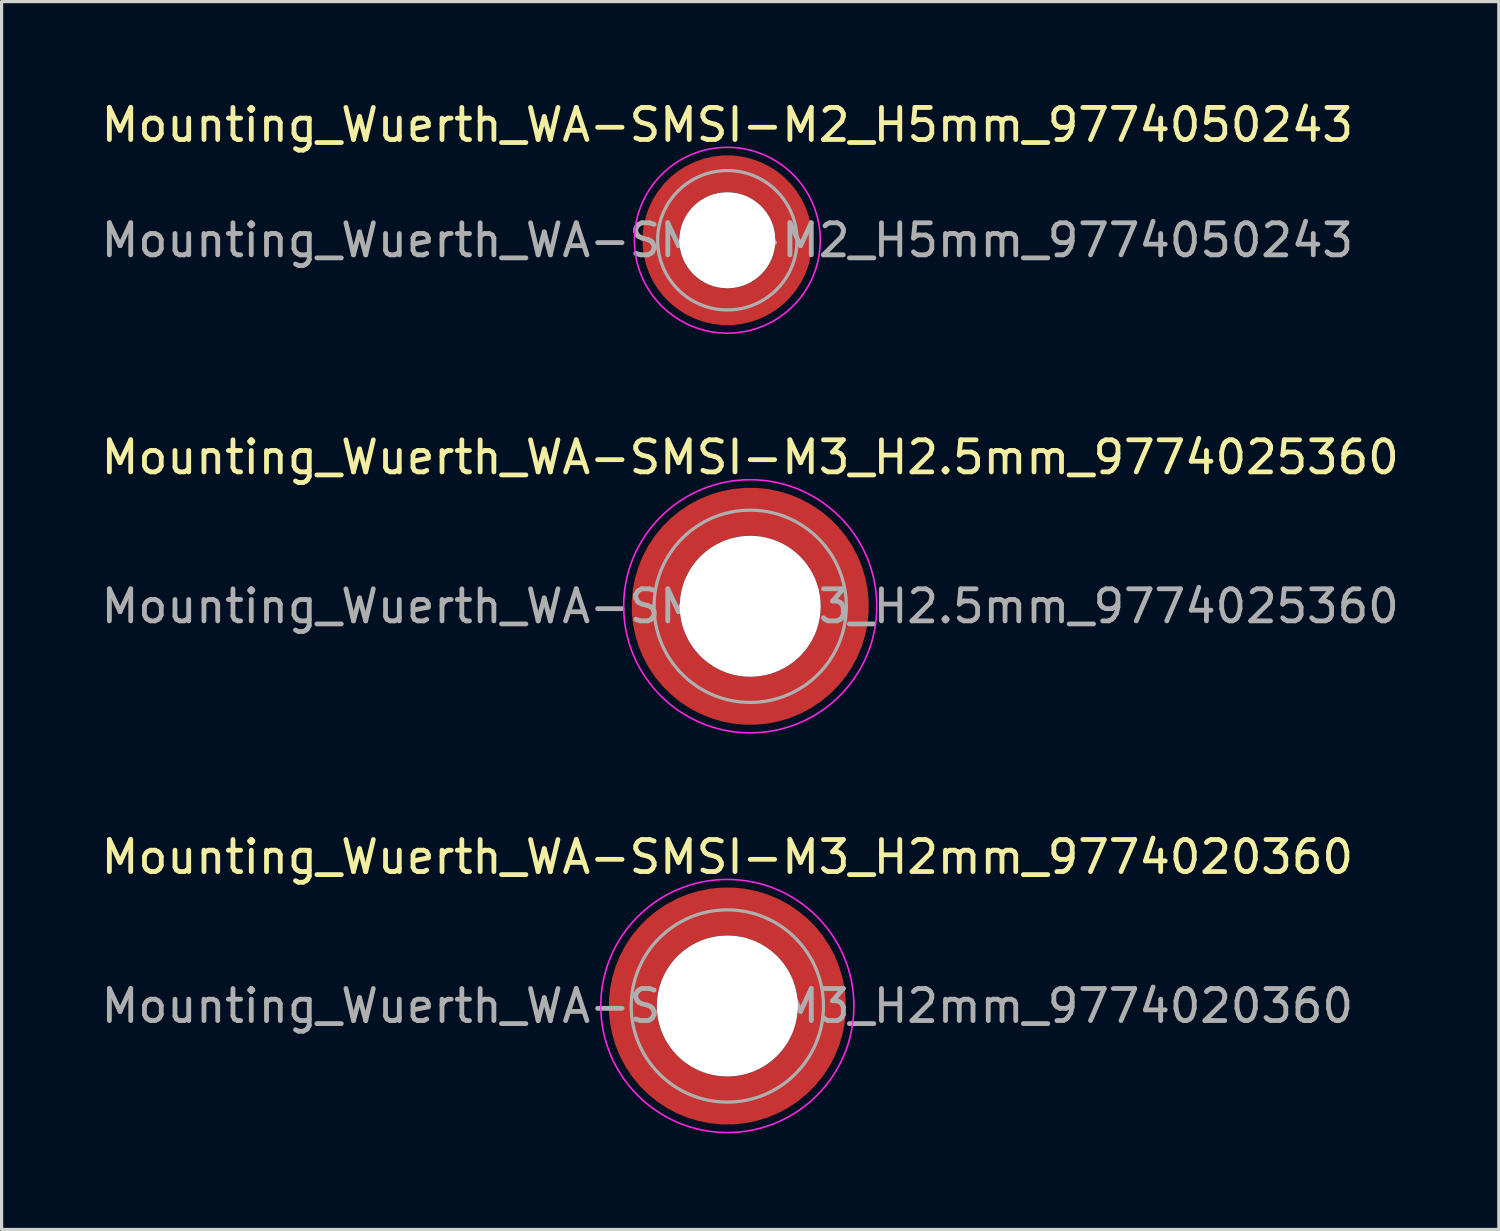
<source format=kicad_pcb>
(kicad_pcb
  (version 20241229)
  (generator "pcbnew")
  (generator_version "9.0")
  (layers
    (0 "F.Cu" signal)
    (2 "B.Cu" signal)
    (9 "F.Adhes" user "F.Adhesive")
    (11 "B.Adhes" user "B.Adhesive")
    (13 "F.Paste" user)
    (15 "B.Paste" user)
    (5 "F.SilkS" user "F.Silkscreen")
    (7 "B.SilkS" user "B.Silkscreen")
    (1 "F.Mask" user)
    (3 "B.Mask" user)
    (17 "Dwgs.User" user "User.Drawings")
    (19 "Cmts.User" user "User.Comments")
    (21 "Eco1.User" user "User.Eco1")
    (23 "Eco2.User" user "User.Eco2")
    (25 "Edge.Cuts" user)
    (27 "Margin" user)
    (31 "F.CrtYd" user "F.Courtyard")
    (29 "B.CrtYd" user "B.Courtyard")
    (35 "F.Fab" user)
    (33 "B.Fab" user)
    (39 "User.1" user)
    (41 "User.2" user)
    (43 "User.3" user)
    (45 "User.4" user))
  (footprint "Mounting_Wuerth_WA-SMSI-M3_H2.5mm_9774025360"
    (layer "F.Cu")
    (at 20.363 15.871)
    (property "Reference" "Mounting_Wuerth_WA-SMSI-M3_H2.5mm_9774025360" (at 0 -4.65 0) (layer "F.SilkS") (effects (font (size 1 1) (thickness 0.15))))
    (attr smd)
    (fp_circle (center 0 0) (end 3.95 0) (stroke (width 0.05) (type solid)) (fill no) (layer "F.CrtYd"))
    (fp_circle (center 0 0) (end 3 0) (stroke (width 0.1) (type solid)) (fill no) (layer "F.Fab"))
    (fp_text user "${REFERENCE}" (at 0 0 0) (layer "F.Fab") (effects (font (size 1 1) (thickness 0.15))))
    (pad "" smd custom (at -2.058 -2.058) (size 0.7 0.7) (layers "F.Paste") (options (anchor circle)) (primitives (gr_arc (start -0.377294 1.707681) (mid 0.317579 0.318817) (end 1.705947 -0.377044) (width 0.2)) (gr_arc (start -0.478281 1.707681) (mid 0.246161 0.248814) (end 1.703965 -0.477765) (width 0.2)) (gr_arc (start -0.579192 1.707681) (mid 0.175492 0.178063) (end 1.704077 -0.578711) (width 0.2)) (gr_arc (start -0.680037 1.707681) (mid 0.105568 0.106564) (end 1.706284 -0.679858) (width 0.2)) (gr_arc (start -0.780822 1.707681) (mid 0.034627 0.036085) (end 1.705634 -0.780569) (width 0.2)) (gr_arc (start -0.881554 1.707681) (mid -0.035694 -0.035016) (end 1.706729 -0.881441) (width 0.2)) (gr_arc (start -0.982237 1.707681) (mid -0.107281 -0.10485) (end 1.704266 -0.981842) (width 0.2)) (gr_arc (start -1.082877 1.707681) (mid -0.178372 -0.175181) (end 1.703197 -1.082374) (width 0.2)) (gr_arc (start -1.183476 1.707681) (mid -0.248964 -0.246008) (end 1.703525 -1.183025) (width 0.2)) (gr_arc (start -1.28404 1.707681) (mid -0.319062 -0.317333) (end 1.70525 -1.283784) (width 0.2)) (gr_line (start 1.708 -0.377) (end 1.708 -1.284) (width 0.2)) (gr_line (start -0.377 1.708) (end -1.284 1.708) (width 0.2))))
    (pad "" smd custom (at -2.058 2.058) (size 0.7 0.7) (layers "F.Paste") (options (anchor circle)) (primitives (gr_arc (start 1.707681 0.377294) (mid 0.318817 -0.317579) (end -0.377044 -1.705947) (width 0.2)) (gr_arc (start 1.707681 0.478281) (mid 0.248814 -0.246161) (end -0.477765 -1.703965) (width 0.2)) (gr_arc (start 1.707681 0.579192) (mid 0.178063 -0.175492) (end -0.578711 -1.704077) (width 0.2)) (gr_arc (start 1.707681 0.680037) (mid 0.106564 -0.105568) (end -0.679858 -1.706284) (width 0.2)) (gr_arc (start 1.707681 0.780822) (mid 0.036085 -0.034627) (end -0.780569 -1.705634) (width 0.2)) (gr_arc (start 1.707681 0.881554) (mid -0.035016 0.035694) (end -0.881441 -1.706729) (width 0.2)) (gr_arc (start 1.707681 0.982237) (mid -0.10485 0.107281) (end -0.981842 -1.704266) (width 0.2)) (gr_arc (start 1.707681 1.082877) (mid -0.175181 0.178372) (end -1.082374 -1.703197) (width 0.2)) (gr_arc (start 1.707681 1.183476) (mid -0.246008 0.248964) (end -1.183025 -1.703525) (width 0.2)) (gr_arc (start 1.707681 1.28404) (mid -0.317333 0.319062) (end -1.283784 -1.70525) (width 0.2)) (gr_line (start -0.377 -1.708) (end -1.284 -1.708) (width 0.2)) (gr_line (start 1.708 0.377) (end 1.708 1.284) (width 0.2))))
    (pad "" np_thru_hole circle (at 0 0) (size 4.4 4.4) (drill 4.4) (layers "*.Cu" "*.Mask"))
    (pad "" smd custom (at 2.058 -2.058) (size 0.7 0.7) (layers "F.Paste") (options (anchor circle)) (primitives (gr_arc (start -1.707681 -0.377294) (mid -0.318817 0.317579) (end 0.377044 1.705947) (width 0.2)) (gr_arc (start -1.707681 -0.478281) (mid -0.248814 0.246161) (end 0.477765 1.703965) (width 0.2)) (gr_arc (start -1.707681 -0.579192) (mid -0.178063 0.175492) (end 0.578711 1.704077) (width 0.2)) (gr_arc (start -1.707681 -0.680037) (mid -0.106564 0.105568) (end 0.679858 1.706284) (width 0.2)) (gr_arc (start -1.707681 -0.780822) (mid -0.036085 0.034627) (end 0.780569 1.705634) (width 0.2)) (gr_arc (start -1.707681 -0.881554) (mid 0.035016 -0.035694) (end 0.881441 1.706729) (width 0.2)) (gr_arc (start -1.707681 -0.982237) (mid 0.10485 -0.107281) (end 0.981842 1.704266) (width 0.2)) (gr_arc (start -1.707681 -1.082877) (mid 0.175181 -0.178372) (end 1.082374 1.703197) (width 0.2)) (gr_arc (start -1.707681 -1.183476) (mid 0.246008 -0.248964) (end 1.183025 1.703525) (width 0.2)) (gr_arc (start -1.707681 -1.28404) (mid 0.317333 -0.319062) (end 1.283784 1.70525) (width 0.2)) (gr_line (start 0.377 1.708) (end 1.284 1.708) (width 0.2)) (gr_line (start -1.708 -0.377) (end -1.708 -1.284) (width 0.2))))
    (pad "" smd custom (at 2.058 2.058) (size 0.7 0.7) (layers "F.Paste") (options (anchor circle)) (primitives (gr_arc (start 0.377294 -1.707681) (mid -0.317579 -0.318817) (end -1.705947 0.377044) (width 0.2)) (gr_arc (start 0.478281 -1.707681) (mid -0.246161 -0.248814) (end -1.703965 0.477765) (width 0.2)) (gr_arc (start 0.579192 -1.707681) (mid -0.175492 -0.178063) (end -1.704077 0.578711) (width 0.2)) (gr_arc (start 0.680037 -1.707681) (mid -0.105568 -0.106564) (end -1.706284 0.679858) (width 0.2)) (gr_arc (start 0.780822 -1.707681) (mid -0.034627 -0.036085) (end -1.705634 0.780569) (width 0.2)) (gr_arc (start 0.881554 -1.707681) (mid 0.035694 0.035016) (end -1.706729 0.881441) (width 0.2)) (gr_arc (start 0.982237 -1.707681) (mid 0.107281 0.10485) (end -1.704266 0.981842) (width 0.2)) (gr_arc (start 1.082877 -1.707681) (mid 0.178372 0.175181) (end -1.703197 1.082374) (width 0.2)) (gr_arc (start 1.183476 -1.707681) (mid 0.248964 0.246008) (end -1.703525 1.183025) (width 0.2)) (gr_arc (start 1.28404 -1.707681) (mid 0.319062 0.317333) (end -1.70525 1.283784) (width 0.2)) (gr_line (start -1.708 0.377) (end -1.708 1.284) (width 0.2)) (gr_line (start 0.377 -1.708) (end 1.284 -1.708) (width 0.2))))
    (pad "1" smd circle (at -2.95 0) (size 1.1 1.1) (layers "F.Cu"))
    (pad "1" smd circle (at 0 -2.95) (size 1.1 1.1) (layers "F.Cu"))
    (pad "1" smd circle (at 0 2.95) (size 1.1 1.1) (layers "F.Cu"))
    (pad "1" smd custom (at 2.95 0) (size 1.1 1.1) (layers "F.Cu" "F.Mask") (options (anchor circle)) (primitives (gr_circle (center -2.95 0) (end 0 0) (width 1.5) (fill no)))))
  (footprint "Mounting_Wuerth_WA-SMSI-M3_H2mm_9774020360"
    (layer "F.Cu")
    (at 19.649 28.345)
    (property "Reference" "Mounting_Wuerth_WA-SMSI-M3_H2mm_9774020360" (at 0 -4.65 0) (layer "F.SilkS") (effects (font (size 1 1) (thickness 0.15))))
    (attr smd)
    (fp_circle (center 0 0) (end 3.95 0) (stroke (width 0.05) (type solid)) (fill no) (layer "F.CrtYd"))
    (fp_circle (center 0 0) (end 3 0) (stroke (width 0.1) (type solid)) (fill no) (layer "F.Fab"))
    (fp_text user "${REFERENCE}" (at 0 0 0) (layer "F.Fab") (effects (font (size 1 1) (thickness 0.15))))
    (pad "" smd custom (at -2.058 -2.058) (size 0.7 0.7) (layers "F.Paste") (options (anchor circle)) (primitives (gr_arc (start -0.377294 1.707681) (mid 0.317579 0.318817) (end 1.705947 -0.377044) (width 0.2)) (gr_arc (start -0.478281 1.707681) (mid 0.246161 0.248814) (end 1.703965 -0.477765) (width 0.2)) (gr_arc (start -0.579192 1.707681) (mid 0.175492 0.178063) (end 1.704077 -0.578711) (width 0.2)) (gr_arc (start -0.680037 1.707681) (mid 0.105568 0.106564) (end 1.706284 -0.679858) (width 0.2)) (gr_arc (start -0.780822 1.707681) (mid 0.034627 0.036085) (end 1.705634 -0.780569) (width 0.2)) (gr_arc (start -0.881554 1.707681) (mid -0.035694 -0.035016) (end 1.706729 -0.881441) (width 0.2)) (gr_arc (start -0.982237 1.707681) (mid -0.107281 -0.10485) (end 1.704266 -0.981842) (width 0.2)) (gr_arc (start -1.082877 1.707681) (mid -0.178372 -0.175181) (end 1.703197 -1.082374) (width 0.2)) (gr_arc (start -1.183476 1.707681) (mid -0.248964 -0.246008) (end 1.703525 -1.183025) (width 0.2)) (gr_arc (start -1.28404 1.707681) (mid -0.319062 -0.317333) (end 1.70525 -1.283784) (width 0.2)) (gr_line (start 1.708 -0.377) (end 1.708 -1.284) (width 0.2)) (gr_line (start -0.377 1.708) (end -1.284 1.708) (width 0.2))))
    (pad "" smd custom (at -2.058 2.058) (size 0.7 0.7) (layers "F.Paste") (options (anchor circle)) (primitives (gr_arc (start 1.707681 0.377294) (mid 0.318817 -0.317579) (end -0.377044 -1.705947) (width 0.2)) (gr_arc (start 1.707681 0.478281) (mid 0.248814 -0.246161) (end -0.477765 -1.703965) (width 0.2)) (gr_arc (start 1.707681 0.579192) (mid 0.178063 -0.175492) (end -0.578711 -1.704077) (width 0.2)) (gr_arc (start 1.707681 0.680037) (mid 0.106564 -0.105568) (end -0.679858 -1.706284) (width 0.2)) (gr_arc (start 1.707681 0.780822) (mid 0.036085 -0.034627) (end -0.780569 -1.705634) (width 0.2)) (gr_arc (start 1.707681 0.881554) (mid -0.035016 0.035694) (end -0.881441 -1.706729) (width 0.2)) (gr_arc (start 1.707681 0.982237) (mid -0.10485 0.107281) (end -0.981842 -1.704266) (width 0.2)) (gr_arc (start 1.707681 1.082877) (mid -0.175181 0.178372) (end -1.082374 -1.703197) (width 0.2)) (gr_arc (start 1.707681 1.183476) (mid -0.246008 0.248964) (end -1.183025 -1.703525) (width 0.2)) (gr_arc (start 1.707681 1.28404) (mid -0.317333 0.319062) (end -1.283784 -1.70525) (width 0.2)) (gr_line (start -0.377 -1.708) (end -1.284 -1.708) (width 0.2)) (gr_line (start 1.708 0.377) (end 1.708 1.284) (width 0.2))))
    (pad "" np_thru_hole circle (at 0 0) (size 4.4 4.4) (drill 4.4) (layers "*.Cu" "*.Mask"))
    (pad "" smd custom (at 2.058 -2.058) (size 0.7 0.7) (layers "F.Paste") (options (anchor circle)) (primitives (gr_arc (start -1.707681 -0.377294) (mid -0.318817 0.317579) (end 0.377044 1.705947) (width 0.2)) (gr_arc (start -1.707681 -0.478281) (mid -0.248814 0.246161) (end 0.477765 1.703965) (width 0.2)) (gr_arc (start -1.707681 -0.579192) (mid -0.178063 0.175492) (end 0.578711 1.704077) (width 0.2)) (gr_arc (start -1.707681 -0.680037) (mid -0.106564 0.105568) (end 0.679858 1.706284) (width 0.2)) (gr_arc (start -1.707681 -0.780822) (mid -0.036085 0.034627) (end 0.780569 1.705634) (width 0.2)) (gr_arc (start -1.707681 -0.881554) (mid 0.035016 -0.035694) (end 0.881441 1.706729) (width 0.2)) (gr_arc (start -1.707681 -0.982237) (mid 0.10485 -0.107281) (end 0.981842 1.704266) (width 0.2)) (gr_arc (start -1.707681 -1.082877) (mid 0.175181 -0.178372) (end 1.082374 1.703197) (width 0.2)) (gr_arc (start -1.707681 -1.183476) (mid 0.246008 -0.248964) (end 1.183025 1.703525) (width 0.2)) (gr_arc (start -1.707681 -1.28404) (mid 0.317333 -0.319062) (end 1.283784 1.70525) (width 0.2)) (gr_line (start 0.377 1.708) (end 1.284 1.708) (width 0.2)) (gr_line (start -1.708 -0.377) (end -1.708 -1.284) (width 0.2))))
    (pad "" smd custom (at 2.058 2.058) (size 0.7 0.7) (layers "F.Paste") (options (anchor circle)) (primitives (gr_arc (start 0.377294 -1.707681) (mid -0.317579 -0.318817) (end -1.705947 0.377044) (width 0.2)) (gr_arc (start 0.478281 -1.707681) (mid -0.246161 -0.248814) (end -1.703965 0.477765) (width 0.2)) (gr_arc (start 0.579192 -1.707681) (mid -0.175492 -0.178063) (end -1.704077 0.578711) (width 0.2)) (gr_arc (start 0.680037 -1.707681) (mid -0.105568 -0.106564) (end -1.706284 0.679858) (width 0.2)) (gr_arc (start 0.780822 -1.707681) (mid -0.034627 -0.036085) (end -1.705634 0.780569) (width 0.2)) (gr_arc (start 0.881554 -1.707681) (mid 0.035694 0.035016) (end -1.706729 0.881441) (width 0.2)) (gr_arc (start 0.982237 -1.707681) (mid 0.107281 0.10485) (end -1.704266 0.981842) (width 0.2)) (gr_arc (start 1.082877 -1.707681) (mid 0.178372 0.175181) (end -1.703197 1.082374) (width 0.2)) (gr_arc (start 1.183476 -1.707681) (mid 0.248964 0.246008) (end -1.703525 1.183025) (width 0.2)) (gr_arc (start 1.28404 -1.707681) (mid 0.319062 0.317333) (end -1.70525 1.283784) (width 0.2)) (gr_line (start -1.708 0.377) (end -1.708 1.284) (width 0.2)) (gr_line (start 0.377 -1.708) (end 1.284 -1.708) (width 0.2))))
    (pad "1" smd circle (at -2.95 0) (size 1.1 1.1) (layers "F.Cu"))
    (pad "1" smd circle (at 0 -2.95) (size 1.1 1.1) (layers "F.Cu"))
    (pad "1" smd circle (at 0 2.95) (size 1.1 1.1) (layers "F.Cu"))
    (pad "1" smd custom (at 2.95 0) (size 1.1 1.1) (layers "F.Cu" "F.Mask") (options (anchor circle)) (primitives (gr_circle (center -2.95 0) (end 0 0) (width 1.5) (fill no)))))
  (footprint "Mounting_Wuerth_WA-SMSI-M2_H5mm_9774050243"
    (layer "F.Cu")
    (at 19.649 4.448)
    (property "Reference" "Mounting_Wuerth_WA-SMSI-M2_H5mm_9774050243" (at 0 -3.6 0) (layer "F.SilkS") (effects (font (size 1 1) (thickness 0.15))))
    (attr smd)
    (fp_circle (center 0 0) (end 2.9 0) (stroke (width 0.05) (type solid)) (fill no) (layer "F.CrtYd"))
    (fp_circle (center 0 0) (end 2.175 0) (stroke (width 0.1) (type solid)) (fill no) (layer "F.Fab"))
    (fp_text user "${REFERENCE}" (at 0 0 0) (layer "F.Fab") (effects (font (size 1 1) (thickness 0.15))))
    (pad "" smd custom (at -1.453 -1.453) (size 0.61 0.61) (layers "F.Paste") (options (anchor circle)) (primitives (gr_arc (start -0.147677 1.053104) (mid 0.285964 0.286792) (end 1.051968 -0.147393) (width 0.2)) (gr_arc (start -0.240295 1.053104) (mid 0.22253 0.222946) (end 1.052531 -0.24016) (width 0.2)) (gr_arc (start -0.332645 1.053104) (mid 0.158548 0.15965) (end 1.051583 -0.332304) (width 0.2)) (gr_arc (start -0.424767 1.053104) (mid 0.09486 0.096059) (end 1.051446 -0.424413) (width 0.2)) (gr_arc (start -0.516693 1.053104) (mid 0.031293 0.032346) (end 1.051645 -0.516396) (width 0.2)) (gr_arc (start -0.608448 1.053104) (mid -0.032323 -0.031316) (end 1.051707 -0.608176) (width 0.2)) (gr_arc (start -0.700056 1.053104) (mid -0.09616 -0.094758) (end 1.051155 -0.699693) (width 0.2)) (gr_arc (start -0.791534 1.053104) (mid -0.160388 -0.15781) (end 1.049515 -0.790891) (width 0.2)) (gr_arc (start -0.882896 1.053104) (mid -0.223713 -0.221764) (end 1.050388 -0.882429) (width 0.2)) (gr_arc (start -0.974157 1.053104) (mid -0.287654 -0.285101) (end 1.049541 -0.973567) (width 0.2)) (gr_line (start 1.053 -0.148) (end 1.053 -0.974) (width 0.2)) (gr_line (start -0.148 1.053) (end -0.974 1.053) (width 0.2))))
    (pad "" smd custom (at -1.453 1.453) (size 0.61 0.61) (layers "F.Paste") (options (anchor circle)) (primitives (gr_arc (start 1.053104 0.147677) (mid 0.286792 -0.285964) (end -0.147393 -1.051968) (width 0.2)) (gr_arc (start 1.053104 0.240295) (mid 0.222946 -0.22253) (end -0.24016 -1.052531) (width 0.2)) (gr_arc (start 1.053104 0.332645) (mid 0.15965 -0.158548) (end -0.332304 -1.051583) (width 0.2)) (gr_arc (start 1.053104 0.424767) (mid 0.096059 -0.09486) (end -0.424413 -1.051446) (width 0.2)) (gr_arc (start 1.053104 0.516693) (mid 0.032346 -0.031293) (end -0.516396 -1.051645) (width 0.2)) (gr_arc (start 1.053104 0.608448) (mid -0.031316 0.032323) (end -0.608176 -1.051707) (width 0.2)) (gr_arc (start 1.053104 0.700056) (mid -0.094758 0.09616) (end -0.699693 -1.051155) (width 0.2)) (gr_arc (start 1.053104 0.791534) (mid -0.15781 0.160388) (end -0.790891 -1.049515) (width 0.2)) (gr_arc (start 1.053104 0.882896) (mid -0.221764 0.223713) (end -0.882429 -1.050388) (width 0.2)) (gr_arc (start 1.053104 0.974157) (mid -0.285101 0.287654) (end -0.973567 -1.049541) (width 0.2)) (gr_line (start -0.148 -1.053) (end -0.974 -1.053) (width 0.2)) (gr_line (start 1.053 0.148) (end 1.053 0.974) (width 0.2))))
    (pad "" np_thru_hole circle (at 0 0) (size 3 3) (drill 3) (layers "*.Cu" "*.Mask"))
    (pad "" smd custom (at 1.453 -1.453) (size 0.61 0.61) (layers "F.Paste") (options (anchor circle)) (primitives (gr_arc (start -1.053104 -0.147677) (mid -0.286792 0.285964) (end 0.147393 1.051968) (width 0.2)) (gr_arc (start -1.053104 -0.240295) (mid -0.222946 0.22253) (end 0.24016 1.052531) (width 0.2)) (gr_arc (start -1.053104 -0.332645) (mid -0.15965 0.158548) (end 0.332304 1.051583) (width 0.2)) (gr_arc (start -1.053104 -0.424767) (mid -0.096059 0.09486) (end 0.424413 1.051446) (width 0.2)) (gr_arc (start -1.053104 -0.516693) (mid -0.032346 0.031293) (end 0.516396 1.051645) (width 0.2)) (gr_arc (start -1.053104 -0.608448) (mid 0.031316 -0.032323) (end 0.608176 1.051707) (width 0.2)) (gr_arc (start -1.053104 -0.700056) (mid 0.094758 -0.09616) (end 0.699693 1.051155) (width 0.2)) (gr_arc (start -1.053104 -0.791534) (mid 0.15781 -0.160388) (end 0.790891 1.049515) (width 0.2)) (gr_arc (start -1.053104 -0.882896) (mid 0.221764 -0.223713) (end 0.882429 1.050388) (width 0.2)) (gr_arc (start -1.053104 -0.974157) (mid 0.285101 -0.287654) (end 0.973567 1.049541) (width 0.2)) (gr_line (start 0.148 1.053) (end 0.974 1.053) (width 0.2)) (gr_line (start -1.053 -0.148) (end -1.053 -0.974) (width 0.2))))
    (pad "" smd custom (at 1.453 1.453) (size 0.61 0.61) (layers "F.Paste") (options (anchor circle)) (primitives (gr_arc (start 0.147677 -1.053104) (mid -0.285964 -0.286792) (end -1.051968 0.147393) (width 0.2)) (gr_arc (start 0.240295 -1.053104) (mid -0.22253 -0.222946) (end -1.052531 0.24016) (width 0.2)) (gr_arc (start 0.332645 -1.053104) (mid -0.158548 -0.15965) (end -1.051583 0.332304) (width 0.2)) (gr_arc (start 0.424767 -1.053104) (mid -0.09486 -0.096059) (end -1.051446 0.424413) (width 0.2)) (gr_arc (start 0.516693 -1.053104) (mid -0.031293 -0.032346) (end -1.051645 0.516396) (width 0.2)) (gr_arc (start 0.608448 -1.053104) (mid 0.032323 0.031316) (end -1.051707 0.608176) (width 0.2)) (gr_arc (start 0.700056 -1.053104) (mid 0.09616 0.094758) (end -1.051155 0.699693) (width 0.2)) (gr_arc (start 0.791534 -1.053104) (mid 0.160388 0.15781) (end -1.049515 0.790891) (width 0.2)) (gr_arc (start 0.882896 -1.053104) (mid 0.223713 0.221764) (end -1.050388 0.882429) (width 0.2)) (gr_arc (start 0.974157 -1.053104) (mid 0.287654 0.285101) (end -1.049541 0.973567) (width 0.2)) (gr_line (start -1.053 0.148) (end -1.053 0.974) (width 0.2)) (gr_line (start 0.148 -1.053) (end 0.974 -1.053) (width 0.2))))
    (pad "1" smd circle (at -2.075 0) (size 0.75 0.75) (layers "F.Cu"))
    (pad "1" smd circle (at 0 -2.075) (size 0.75 0.75) (layers "F.Cu"))
    (pad "1" smd circle (at 0 2.075) (size 0.75 0.75) (layers "F.Cu"))
    (pad "1" smd custom (at 2.075 0) (size 0.75 0.75) (layers "F.Cu" "F.Mask") (options (anchor circle)) (primitives (gr_circle (center -2.075 0) (end 0 0) (width 1.15) (fill no)))))
  (gr_rect
    (start -3 -3)
    (end 43.726 35.32)
    (stroke (width 0.1) (type default))
    (fill no)
    (layer "Edge.Cuts")))
</source>
